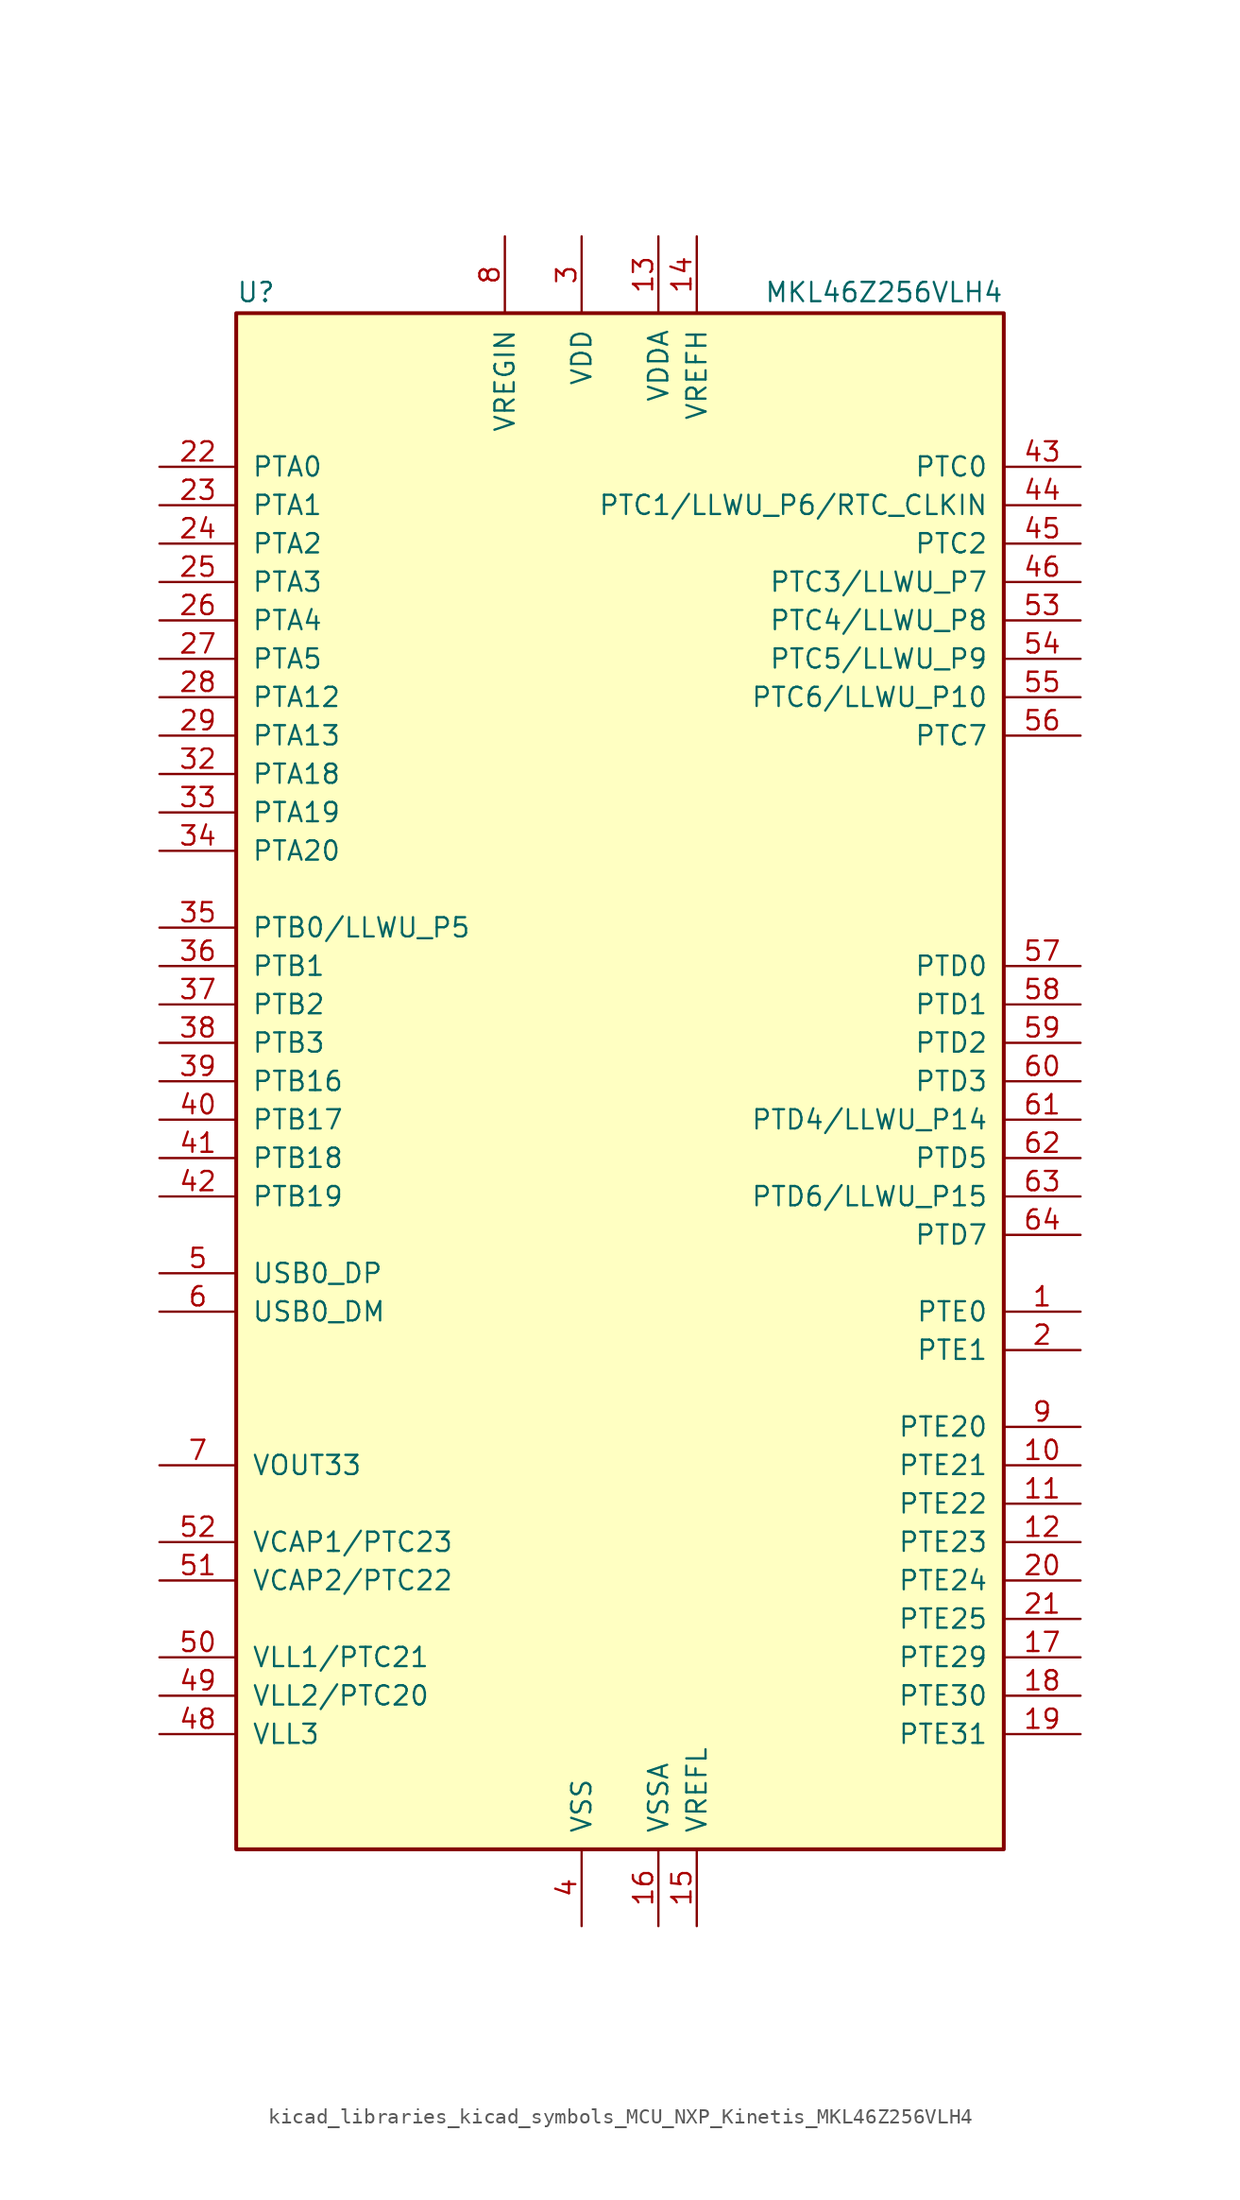
<source format=kicad_sym>
(kicad_symbol_lib
  (version 20220914)
  (generator kicad_symbol_editor)
  (symbol "kicad_libraries_kicad_symbols_MCU_NXP_Kinetis_MKL46Z256VLH4"
    (pin_names
      (offset 1.016))
    (property "Reference" "U"
      (at -25.4 51.435 0)
      (effects (font (size 1.27 1.27)) (justify left bottom)))
    (property "Value" "MKL46Z256VLH4"
      (at 25.4 51.435 0)
      (effects (font (size 1.27 1.27)) (justify right bottom)))
    (symbol "kicad_libraries_kicad_symbols_MCU_NXP_Kinetis_MKL46Z256VLH4_0_1"
      (rectangle (start -25.4 50.8) (end 25.4 -50.8) (stroke (width 0.254) (type default)) (fill (type background))))
    (symbol "kicad_libraries_kicad_symbols_MCU_NXP_Kinetis_MKL46Z256VLH4_1_1"
      (pin bidirectional line (at 30.48 -15.24 180) (length 5.08) (name "PTE0" (effects (font (size 1.27 1.27)))) (number "1" (effects (font (size 1.27 1.27)))))
      (pin bidirectional line (at 30.48 -25.4 180) (length 5.08) (name "PTE21" (effects (font (size 1.27 1.27)))) (number "10" (effects (font (size 1.27 1.27)))))
      (pin bidirectional line (at 30.48 -27.94 180) (length 5.08) (name "PTE22" (effects (font (size 1.27 1.27)))) (number "11" (effects (font (size 1.27 1.27)))))
      (pin bidirectional line (at 30.48 -30.48 180) (length 5.08) (name "PTE23" (effects (font (size 1.27 1.27)))) (number "12" (effects (font (size 1.27 1.27)))))
      (pin power_in line (at 2.54 55.88 270) (length 5.08) (name "VDDA" (effects (font (size 1.27 1.27)))) (number "13" (effects (font (size 1.27 1.27)))))
      (pin power_in line (at 5.08 55.88 270) (length 5.08) (name "VREFH" (effects (font (size 1.27 1.27)))) (number "14" (effects (font (size 1.27 1.27)))))
      (pin power_in line (at 5.08 -55.88 90) (length 5.08) (name "VREFL" (effects (font (size 1.27 1.27)))) (number "15" (effects (font (size 1.27 1.27)))))
      (pin power_in line (at 2.54 -55.88 90) (length 5.08) (name "VSSA" (effects (font (size 1.27 1.27)))) (number "16" (effects (font (size 1.27 1.27)))))
      (pin bidirectional line (at 30.48 -38.1 180) (length 5.08) (name "PTE29" (effects (font (size 1.27 1.27)))) (number "17" (effects (font (size 1.27 1.27)))))
      (pin bidirectional line (at 30.48 -40.64 180) (length 5.08) (name "PTE30" (effects (font (size 1.27 1.27)))) (number "18" (effects (font (size 1.27 1.27)))))
      (pin bidirectional line (at 30.48 -43.18 180) (length 5.08) (name "PTE31" (effects (font (size 1.27 1.27)))) (number "19" (effects (font (size 1.27 1.27)))))
      (pin bidirectional line (at 30.48 -17.78 180) (length 5.08) (name "PTE1" (effects (font (size 1.27 1.27)))) (number "2" (effects (font (size 1.27 1.27)))))
      (pin bidirectional line (at 30.48 -33.02 180) (length 5.08) (name "PTE24" (effects (font (size 1.27 1.27)))) (number "20" (effects (font (size 1.27 1.27)))))
      (pin bidirectional line (at 30.48 -35.56 180) (length 5.08) (name "PTE25" (effects (font (size 1.27 1.27)))) (number "21" (effects (font (size 1.27 1.27)))))
      (pin bidirectional line (at -30.48 40.64 0) (length 5.08) (name "PTA0" (effects (font (size 1.27 1.27)))) (number "22" (effects (font (size 1.27 1.27)))))
      (pin bidirectional line (at -30.48 38.1 0) (length 5.08) (name "PTA1" (effects (font (size 1.27 1.27)))) (number "23" (effects (font (size 1.27 1.27)))))
      (pin bidirectional line (at -30.48 35.56 0) (length 5.08) (name "PTA2" (effects (font (size 1.27 1.27)))) (number "24" (effects (font (size 1.27 1.27)))))
      (pin bidirectional line (at -30.48 33.02 0) (length 5.08) (name "PTA3" (effects (font (size 1.27 1.27)))) (number "25" (effects (font (size 1.27 1.27)))))
      (pin bidirectional line (at -30.48 30.48 0) (length 5.08) (name "PTA4" (effects (font (size 1.27 1.27)))) (number "26" (effects (font (size 1.27 1.27)))))
      (pin bidirectional line (at -30.48 27.94 0) (length 5.08) (name "PTA5" (effects (font (size 1.27 1.27)))) (number "27" (effects (font (size 1.27 1.27)))))
      (pin bidirectional line (at -30.48 25.4 0) (length 5.08) (name "PTA12" (effects (font (size 1.27 1.27)))) (number "28" (effects (font (size 1.27 1.27)))))
      (pin bidirectional line (at -30.48 22.86 0) (length 5.08) (name "PTA13" (effects (font (size 1.27 1.27)))) (number "29" (effects (font (size 1.27 1.27)))))
      (pin power_in line (at -2.54 55.88 270) (length 5.08) (name "VDD" (effects (font (size 1.27 1.27)))) (number "3" (effects (font (size 1.27 1.27)))))
      (pin passive line (at -2.54 55.88 270) (length 5.08) hide (name "VDD" (effects (font (size 1.27 1.27)))) (number "30" (effects (font (size 1.27 1.27)))))
      (pin passive line (at -2.54 -55.88 90) (length 5.08) hide (name "VSS" (effects (font (size 1.27 1.27)))) (number "31" (effects (font (size 1.27 1.27)))))
      (pin bidirectional line (at -30.48 20.32 0) (length 5.08) (name "PTA18" (effects (font (size 1.27 1.27)))) (number "32" (effects (font (size 1.27 1.27)))))
      (pin bidirectional line (at -30.48 17.78 0) (length 5.08) (name "PTA19" (effects (font (size 1.27 1.27)))) (number "33" (effects (font (size 1.27 1.27)))))
      (pin bidirectional line (at -30.48 15.24 0) (length 5.08) (name "PTA20" (effects (font (size 1.27 1.27)))) (number "34" (effects (font (size 1.27 1.27)))))
      (pin bidirectional line (at -30.48 10.16 0) (length 5.08) (name "PTB0/LLWU_P5" (effects (font (size 1.27 1.27)))) (number "35" (effects (font (size 1.27 1.27)))))
      (pin bidirectional line (at -30.48 7.62 0) (length 5.08) (name "PTB1" (effects (font (size 1.27 1.27)))) (number "36" (effects (font (size 1.27 1.27)))))
      (pin bidirectional line (at -30.48 5.08 0) (length 5.08) (name "PTB2" (effects (font (size 1.27 1.27)))) (number "37" (effects (font (size 1.27 1.27)))))
      (pin bidirectional line (at -30.48 2.54 0) (length 5.08) (name "PTB3" (effects (font (size 1.27 1.27)))) (number "38" (effects (font (size 1.27 1.27)))))
      (pin bidirectional line (at -30.48 0 0) (length 5.08) (name "PTB16" (effects (font (size 1.27 1.27)))) (number "39" (effects (font (size 1.27 1.27)))))
      (pin power_in line (at -2.54 -55.88 90) (length 5.08) (name "VSS" (effects (font (size 1.27 1.27)))) (number "4" (effects (font (size 1.27 1.27)))))
      (pin bidirectional line (at -30.48 -2.54 0) (length 5.08) (name "PTB17" (effects (font (size 1.27 1.27)))) (number "40" (effects (font (size 1.27 1.27)))))
      (pin bidirectional line (at -30.48 -5.08 0) (length 5.08) (name "PTB18" (effects (font (size 1.27 1.27)))) (number "41" (effects (font (size 1.27 1.27)))))
      (pin bidirectional line (at -30.48 -7.62 0) (length 5.08) (name "PTB19" (effects (font (size 1.27 1.27)))) (number "42" (effects (font (size 1.27 1.27)))))
      (pin bidirectional line (at 30.48 40.64 180) (length 5.08) (name "PTC0" (effects (font (size 1.27 1.27)))) (number "43" (effects (font (size 1.27 1.27)))))
      (pin bidirectional line (at 30.48 38.1 180) (length 5.08) (name "PTC1/LLWU_P6/RTC_CLKIN" (effects (font (size 1.27 1.27)))) (number "44" (effects (font (size 1.27 1.27)))))
      (pin bidirectional line (at 30.48 35.56 180) (length 5.08) (name "PTC2" (effects (font (size 1.27 1.27)))) (number "45" (effects (font (size 1.27 1.27)))))
      (pin bidirectional line (at 30.48 33.02 180) (length 5.08) (name "PTC3/LLWU_P7" (effects (font (size 1.27 1.27)))) (number "46" (effects (font (size 1.27 1.27)))))
      (pin passive line (at -2.54 -55.88 90) (length 5.08) hide (name "VSS" (effects (font (size 1.27 1.27)))) (number "47" (effects (font (size 1.27 1.27)))))
      (pin power_out line (at -30.48 -43.18 0) (length 5.08) (name "VLL3" (effects (font (size 1.27 1.27)))) (number "48" (effects (font (size 1.27 1.27)))))
      (pin power_out line (at -30.48 -40.64 0) (length 5.08) (name "VLL2/PTC20" (effects (font (size 1.27 1.27)))) (number "49" (effects (font (size 1.27 1.27)))))
      (pin bidirectional line (at -30.48 -12.7 0) (length 5.08) (name "USB0_DP" (effects (font (size 1.27 1.27)))) (number "5" (effects (font (size 1.27 1.27)))))
      (pin power_out line (at -30.48 -38.1 0) (length 5.08) (name "VLL1/PTC21" (effects (font (size 1.27 1.27)))) (number "50" (effects (font (size 1.27 1.27)))))
      (pin passive line (at -30.48 -33.02 0) (length 5.08) (name "VCAP2/PTC22" (effects (font (size 1.27 1.27)))) (number "51" (effects (font (size 1.27 1.27)))))
      (pin passive line (at -30.48 -30.48 0) (length 5.08) (name "VCAP1/PTC23" (effects (font (size 1.27 1.27)))) (number "52" (effects (font (size 1.27 1.27)))))
      (pin bidirectional line (at 30.48 30.48 180) (length 5.08) (name "PTC4/LLWU_P8" (effects (font (size 1.27 1.27)))) (number "53" (effects (font (size 1.27 1.27)))))
      (pin bidirectional line (at 30.48 27.94 180) (length 5.08) (name "PTC5/LLWU_P9" (effects (font (size 1.27 1.27)))) (number "54" (effects (font (size 1.27 1.27)))))
      (pin bidirectional line (at 30.48 25.4 180) (length 5.08) (name "PTC6/LLWU_P10" (effects (font (size 1.27 1.27)))) (number "55" (effects (font (size 1.27 1.27)))))
      (pin bidirectional line (at 30.48 22.86 180) (length 5.08) (name "PTC7" (effects (font (size 1.27 1.27)))) (number "56" (effects (font (size 1.27 1.27)))))
      (pin bidirectional line (at 30.48 7.62 180) (length 5.08) (name "PTD0" (effects (font (size 1.27 1.27)))) (number "57" (effects (font (size 1.27 1.27)))))
      (pin bidirectional line (at 30.48 5.08 180) (length 5.08) (name "PTD1" (effects (font (size 1.27 1.27)))) (number "58" (effects (font (size 1.27 1.27)))))
      (pin bidirectional line (at 30.48 2.54 180) (length 5.08) (name "PTD2" (effects (font (size 1.27 1.27)))) (number "59" (effects (font (size 1.27 1.27)))))
      (pin bidirectional line (at -30.48 -15.24 0) (length 5.08) (name "USB0_DM" (effects (font (size 1.27 1.27)))) (number "6" (effects (font (size 1.27 1.27)))))
      (pin bidirectional line (at 30.48 0 180) (length 5.08) (name "PTD3" (effects (font (size 1.27 1.27)))) (number "60" (effects (font (size 1.27 1.27)))))
      (pin bidirectional line (at 30.48 -2.54 180) (length 5.08) (name "PTD4/LLWU_P14" (effects (font (size 1.27 1.27)))) (number "61" (effects (font (size 1.27 1.27)))))
      (pin bidirectional line (at 30.48 -5.08 180) (length 5.08) (name "PTD5" (effects (font (size 1.27 1.27)))) (number "62" (effects (font (size 1.27 1.27)))))
      (pin bidirectional line (at 30.48 -7.62 180) (length 5.08) (name "PTD6/LLWU_P15" (effects (font (size 1.27 1.27)))) (number "63" (effects (font (size 1.27 1.27)))))
      (pin bidirectional line (at 30.48 -10.16 180) (length 5.08) (name "PTD7" (effects (font (size 1.27 1.27)))) (number "64" (effects (font (size 1.27 1.27)))))
      (pin power_out line (at -30.48 -25.4 0) (length 5.08) (name "VOUT33" (effects (font (size 1.27 1.27)))) (number "7" (effects (font (size 1.27 1.27)))))
      (pin power_in line (at -7.62 55.88 270) (length 5.08) (name "VREGIN" (effects (font (size 1.27 1.27)))) (number "8" (effects (font (size 1.27 1.27)))))
      (pin bidirectional line (at 30.48 -22.86 180) (length 5.08) (name "PTE20" (effects (font (size 1.27 1.27)))) (number "9" (effects (font (size 1.27 1.27))))))))
</source>
